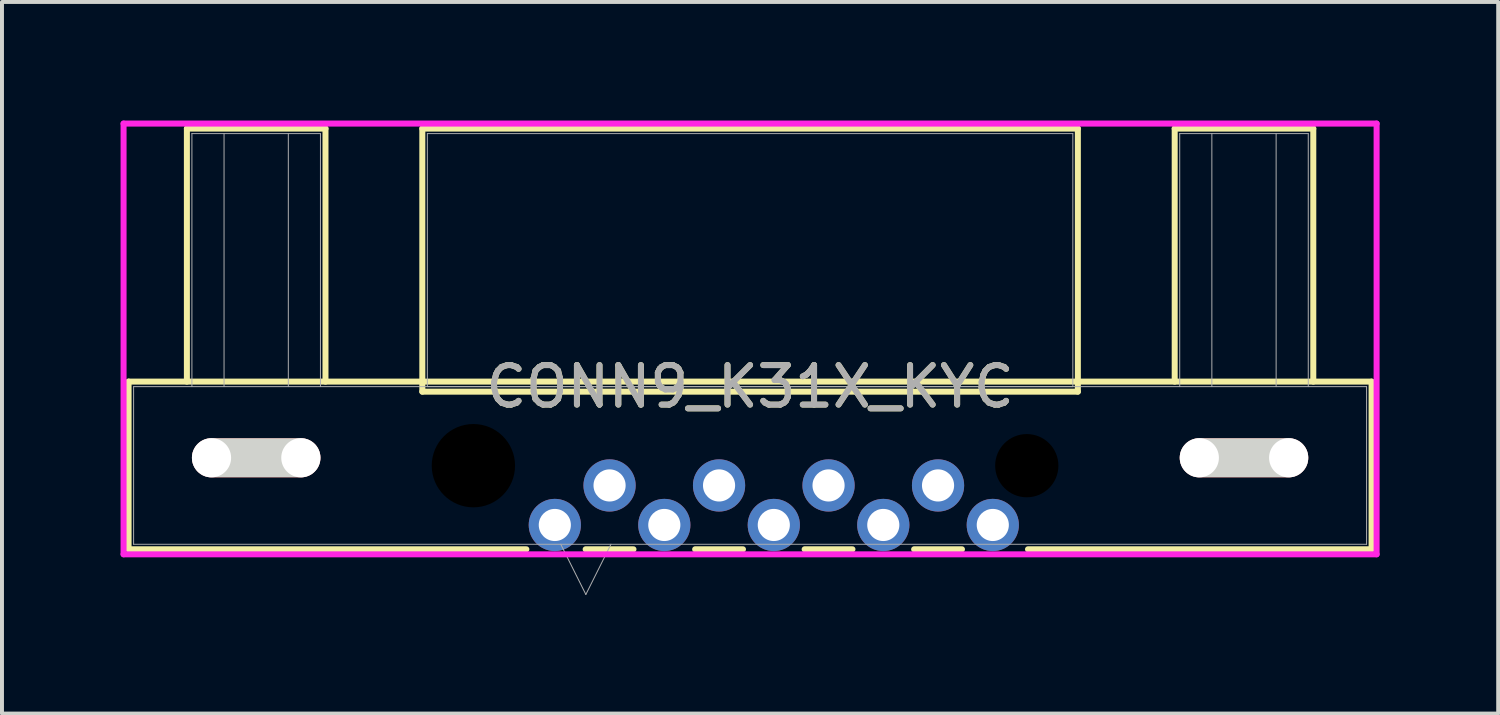
<source format=kicad_pcb>
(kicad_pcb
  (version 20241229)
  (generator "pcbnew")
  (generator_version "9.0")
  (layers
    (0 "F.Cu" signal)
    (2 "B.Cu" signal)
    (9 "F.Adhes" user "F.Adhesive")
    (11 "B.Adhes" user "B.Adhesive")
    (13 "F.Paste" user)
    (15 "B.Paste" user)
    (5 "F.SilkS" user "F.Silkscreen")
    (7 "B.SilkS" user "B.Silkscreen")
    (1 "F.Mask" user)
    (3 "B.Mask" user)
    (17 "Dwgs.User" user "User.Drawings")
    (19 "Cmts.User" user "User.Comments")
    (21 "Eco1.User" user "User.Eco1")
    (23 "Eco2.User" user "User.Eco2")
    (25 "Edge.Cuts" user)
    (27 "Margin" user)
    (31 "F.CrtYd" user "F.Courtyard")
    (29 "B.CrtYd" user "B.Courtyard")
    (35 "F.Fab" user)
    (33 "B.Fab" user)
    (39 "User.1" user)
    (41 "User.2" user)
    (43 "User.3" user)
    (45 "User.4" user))
  (footprint "CONN9_K31X_KYC"
    (layer "F.Cu")
    (at 15.926 6.731)
    (property "Reference" "CONN9_K31X_KYC" (at 0 0 0) (unlocked yes) (layer "F.SilkS") (effects (font (size 1 1) (thickness 0.15))))
    (attr through_hole)
    (fp_line (start -15.723 -0.127) (end -15.723 4.115) (stroke (width 0.152) (type solid)) (layer "F.SilkS"))
    (fp_line (start -15.723 4.115) (end -5.66 4.115) (stroke (width 0.152) (type solid)) (layer "F.SilkS"))
    (fp_line (start -14.248 -6.528) (end -10.742 -6.528) (stroke (width 0.152) (type solid)) (layer "F.SilkS"))
    (fp_line (start -14.248 -0.127) (end -14.248 -6.528) (stroke (width 0.152) (type solid)) (layer "F.SilkS"))
    (fp_line (start -10.742 -6.528) (end -10.742 -0.127) (stroke (width 0.152) (type solid)) (layer "F.SilkS"))
    (fp_line (start -8.292 -6.528) (end -8.292 0.127) (stroke (width 0.152) (type solid)) (layer "F.SilkS"))
    (fp_line (start -8.292 0.127) (end 8.292 0.127) (stroke (width 0.152) (type solid)) (layer "F.SilkS"))
    (fp_line (start -4.16 4.115) (end -2.95 4.115) (stroke (width 0.152) (type solid)) (layer "F.SilkS"))
    (fp_line (start -1.39 4.115) (end -0.18 4.115) (stroke (width 0.152) (type solid)) (layer "F.SilkS"))
    (fp_line (start 1.38 4.115) (end 2.59 4.115) (stroke (width 0.152) (type solid)) (layer "F.SilkS"))
    (fp_line (start 4.15 4.115) (end 5.36 4.115) (stroke (width 0.152) (type solid)) (layer "F.SilkS"))
    (fp_line (start 7.031 4.115) (end 15.723 4.115) (stroke (width 0.152) (type solid)) (layer "F.SilkS"))
    (fp_line (start 8.292 -6.528) (end -8.292 -6.528) (stroke (width 0.152) (type solid)) (layer "F.SilkS"))
    (fp_line (start 8.292 0.127) (end 8.292 -6.528) (stroke (width 0.152) (type solid)) (layer "F.SilkS"))
    (fp_line (start 10.742 -6.528) (end 14.248 -6.528) (stroke (width 0.152) (type solid)) (layer "F.SilkS"))
    (fp_line (start 10.742 -0.127) (end 10.742 -6.528) (stroke (width 0.152) (type solid)) (layer "F.SilkS"))
    (fp_line (start 14.248 -6.528) (end 14.248 -0.127) (stroke (width 0.152) (type solid)) (layer "F.SilkS"))
    (fp_line (start 15.723 -0.127) (end -15.723 -0.127) (stroke (width 0.152) (type solid)) (layer "F.SilkS"))
    (fp_line (start 15.723 4.115) (end 15.723 -0.127) (stroke (width 0.152) (type solid)) (layer "F.SilkS"))
    (fp_line (start -13.625 1.8) (end -11.365 1.8) (stroke (width 0.991) (type solid)) (layer "Edge.Cuts"))
    (fp_line (start 11.365 1.8) (end 13.625 1.8) (stroke (width 0.991) (type solid)) (layer "Edge.Cuts"))
    (fp_line (start -15.85 -6.655) (end -15.85 4.242) (stroke (width 0.152) (type solid)) (layer "F.CrtYd"))
    (fp_line (start -15.85 4.242) (end 15.85 4.242) (stroke (width 0.152) (type solid)) (layer "F.CrtYd"))
    (fp_line (start 15.85 -6.655) (end -15.85 -6.655) (stroke (width 0.152) (type solid)) (layer "F.CrtYd"))
    (fp_line (start 15.85 4.242) (end 15.85 -6.655) (stroke (width 0.152) (type solid)) (layer "F.CrtYd"))
    (fp_line (start -15.596 0) (end -15.596 3.988) (stroke (width 0.025) (type solid)) (layer "F.Fab"))
    (fp_line (start -15.596 3.988) (end 15.596 3.988) (stroke (width 0.025) (type solid)) (layer "F.Fab"))
    (fp_line (start -14.121 -6.401) (end -10.869 -6.401) (stroke (width 0.025) (type solid)) (layer "F.Fab"))
    (fp_line (start -14.121 0) (end -14.121 -6.401) (stroke (width 0.025) (type solid)) (layer "F.Fab"))
    (fp_line (start -13.308 0) (end -13.308 -6.401) (stroke (width 0.025) (type solid)) (layer "F.Fab"))
    (fp_line (start -11.682 -6.401) (end -11.682 0) (stroke (width 0.025) (type solid)) (layer "F.Fab"))
    (fp_line (start -10.869 -6.401) (end -10.869 0) (stroke (width 0.025) (type solid)) (layer "F.Fab"))
    (fp_line (start -8.165 -6.401) (end -8.165 0) (stroke (width 0.025) (type solid)) (layer "F.Fab"))
    (fp_line (start -8.165 0) (end 8.165 0) (stroke (width 0.025) (type solid)) (layer "F.Fab"))
    (fp_line (start -4.79 3.988) (end -4.155 5.258) (stroke (width 0.025) (type solid)) (layer "F.Fab"))
    (fp_line (start -3.52 3.988) (end -4.155 5.258) (stroke (width 0.025) (type solid)) (layer "F.Fab"))
    (fp_line (start 8.165 -6.401) (end -8.165 -6.401) (stroke (width 0.025) (type solid)) (layer "F.Fab"))
    (fp_line (start 8.165 0) (end 8.165 -6.401) (stroke (width 0.025) (type solid)) (layer "F.Fab"))
    (fp_line (start 10.869 -6.401) (end 14.121 -6.401) (stroke (width 0.025) (type solid)) (layer "F.Fab"))
    (fp_line (start 10.869 0) (end 10.869 -6.401) (stroke (width 0.025) (type solid)) (layer "F.Fab"))
    (fp_line (start 11.682 0) (end 11.682 -6.401) (stroke (width 0.025) (type solid)) (layer "F.Fab"))
    (fp_line (start 13.308 -6.401) (end 13.308 0) (stroke (width 0.025) (type solid)) (layer "F.Fab"))
    (fp_line (start 14.121 -6.401) (end 14.121 0) (stroke (width 0.025) (type solid)) (layer "F.Fab"))
    (fp_line (start 15.596 0) (end -15.596 0) (stroke (width 0.025) (type solid)) (layer "F.Fab"))
    (fp_line (start 15.596 3.988) (end 15.596 0) (stroke (width 0.025) (type solid)) (layer "F.Fab"))
    (fp_text user "${REFERENCE}" (at 0 0 0) (unlocked yes) (layer "F.Fab") (effects (font (size 1 1) (thickness 0.15))))
    (pad "" np_thru_hole circle (at -13.625 1.8) (size 0.991 0.991) (drill 0.991) (layers "*.Cu" "*.Mask"))
    (pad "" np_thru_hole circle (at -11.365 1.8) (size 0.991 0.991) (drill 0.991) (layers "*.Cu" "*.Mask"))
    (pad "" np_thru_hole circle (at -7 2) (size 2.108 2.108) (drill 2.108) (layers))
    (pad "" np_thru_hole circle (at 7 2) (size 1.6 1.6) (drill 1.6) (layers))
    (pad "" np_thru_hole circle (at 11.365 1.8) (size 0.991 0.991) (drill 0.991) (layers "*.Cu" "*.Mask"))
    (pad "" np_thru_hole circle (at 13.625 1.8) (size 0.991 0.991) (drill 0.991) (layers "*.Cu" "*.Mask"))
    (pad "1" thru_hole circle (at -4.94 3.5) (size 1.321 1.321) (drill 0.813) (layers "*.Cu" "*.Mask"))
    (pad "2" thru_hole circle (at -2.17 3.5) (size 1.321 1.321) (drill 0.813) (layers "*.Cu" "*.Mask"))
    (pad "3" thru_hole circle (at 0.6 3.5) (size 1.321 1.321) (drill 0.813) (layers "*.Cu" "*.Mask"))
    (pad "4" thru_hole circle (at 3.37 3.5) (size 1.321 1.321) (drill 0.813) (layers "*.Cu" "*.Mask"))
    (pad "5" thru_hole circle (at 6.14 3.5) (size 1.321 1.321) (drill 0.813) (layers "*.Cu" "*.Mask"))
    (pad "6" thru_hole circle (at -3.555 2.5) (size 1.321 1.321) (drill 0.813) (layers "*.Cu" "*.Mask"))
    (pad "7" thru_hole circle (at -0.785 2.5) (size 1.321 1.321) (drill 0.813) (layers "*.Cu" "*.Mask"))
    (pad "8" thru_hole circle (at 1.985 2.5) (size 1.321 1.321) (drill 0.813) (layers "*.Cu" "*.Mask"))
    (pad "9" thru_hole circle (at 4.755 2.5) (size 1.321 1.321) (drill 0.813) (layers "*.Cu" "*.Mask"))
    (pad "10" smd oval (at -12.495 1.8) (size 3.251 0.991) (layers "F.Cu" "F.Mask" "F.Paste"))
    (pad "11" smd oval (at 12.495 1.8) (size 3.251 0.991) (layers "F.Cu" "F.Mask" "F.Paste")))
  (gr_rect
    (start -3 -3)
    (end 34.852 15.002)
    (stroke (width 0.1) (type default))
    (fill no)
    (layer "Edge.Cuts")))
</source>
